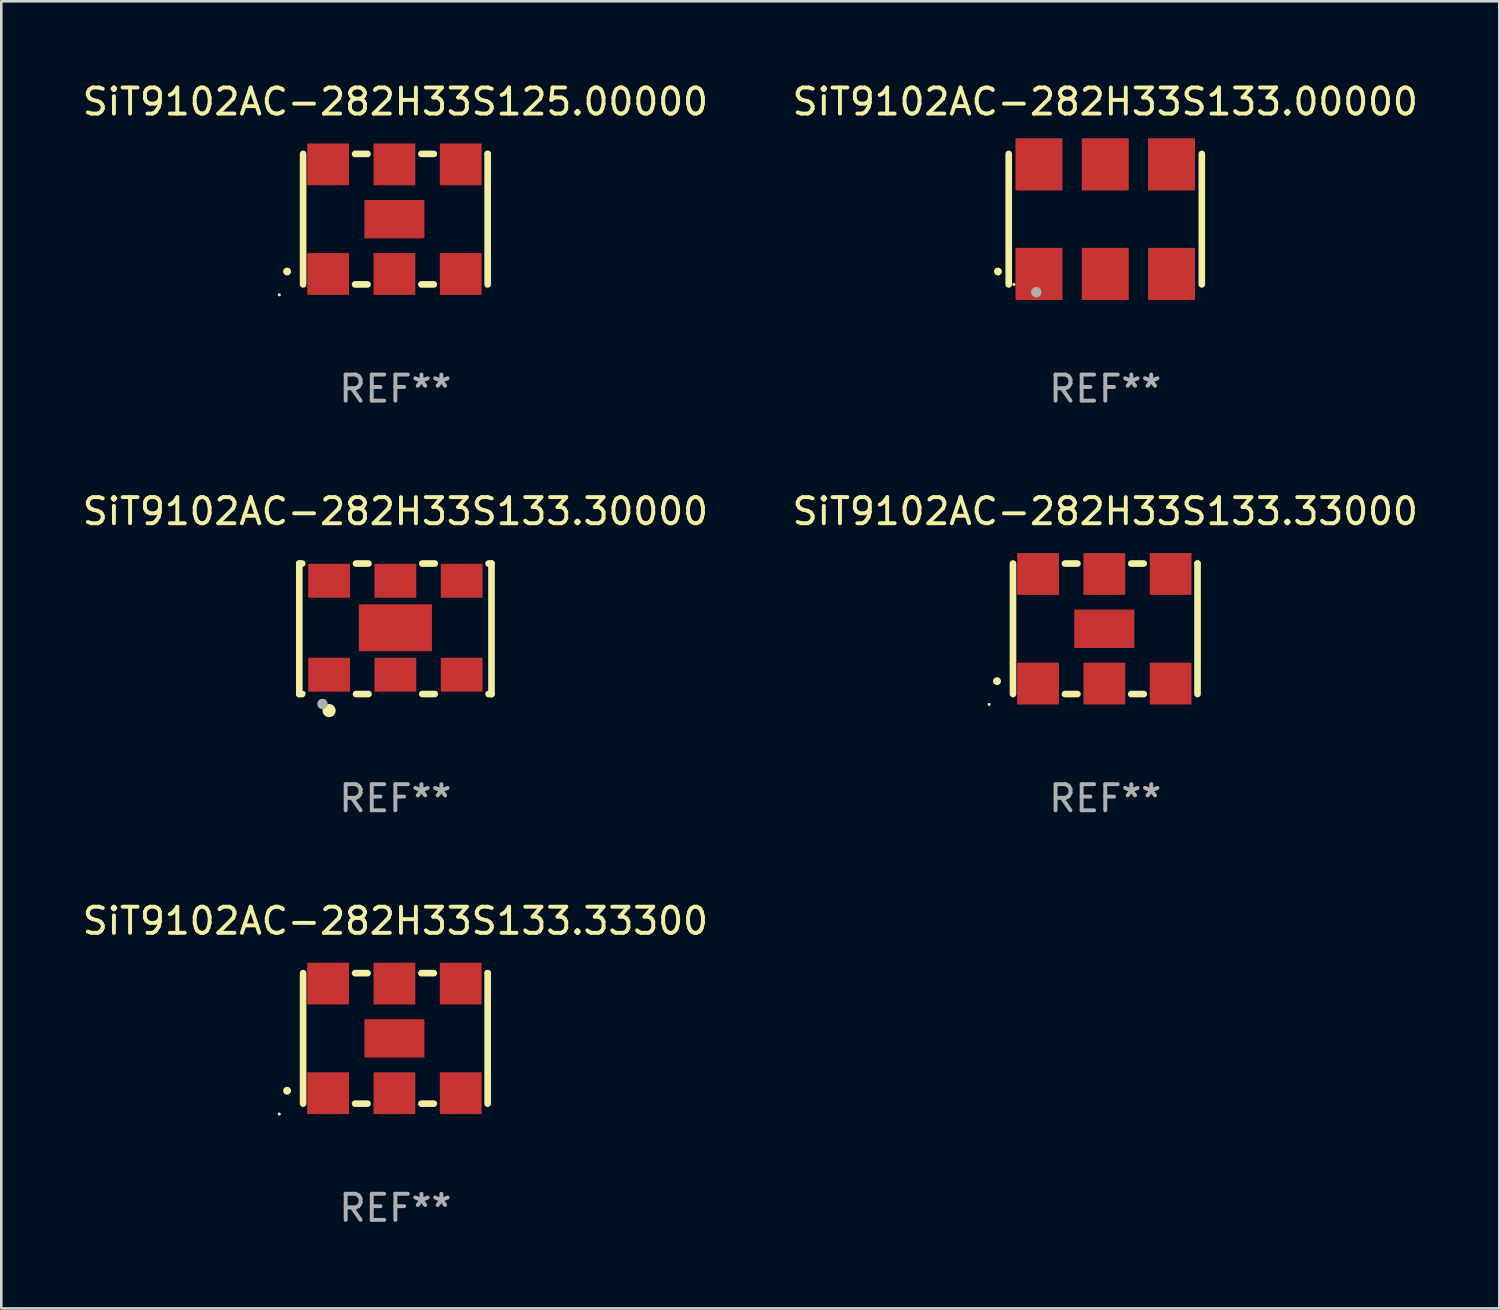
<source format=kicad_pcb>
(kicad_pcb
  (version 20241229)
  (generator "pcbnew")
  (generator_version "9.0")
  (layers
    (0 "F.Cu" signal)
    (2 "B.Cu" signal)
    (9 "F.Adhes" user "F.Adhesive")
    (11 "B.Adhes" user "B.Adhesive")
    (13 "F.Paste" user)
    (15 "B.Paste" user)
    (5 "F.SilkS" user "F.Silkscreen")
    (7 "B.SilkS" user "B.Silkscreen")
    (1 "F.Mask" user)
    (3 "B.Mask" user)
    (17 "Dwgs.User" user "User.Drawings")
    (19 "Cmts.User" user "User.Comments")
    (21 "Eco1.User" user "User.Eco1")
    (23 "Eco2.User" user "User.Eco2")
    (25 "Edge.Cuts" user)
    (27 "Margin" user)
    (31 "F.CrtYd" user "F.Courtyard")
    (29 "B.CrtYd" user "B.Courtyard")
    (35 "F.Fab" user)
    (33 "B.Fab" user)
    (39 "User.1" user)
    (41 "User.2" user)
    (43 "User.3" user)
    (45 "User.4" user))
  (footprint "SiT9102AC-282H33S133.33300"
    (layer "F.Cu")
    (at 12.101 36.741)
    (property "Reference" "SiT9102AC-282H33S133.33300" (at 0 -4.5 0) (layer "F.SilkS") (effects (font (size 1 1) (thickness 0.15))))
    (attr through_hole)
    (fp_line (start -3.536 -2.5) (end -3.536 2.5) (stroke (width 0.254) (type solid)) (layer "F.SilkS"))
    (fp_line (start -1.544 2.5) (end -1.067 2.5) (stroke (width 0.254) (type solid)) (layer "F.SilkS"))
    (fp_line (start -1.067 -2.5) (end -1.544 -2.5) (stroke (width 0.254) (type solid)) (layer "F.SilkS"))
    (fp_line (start 0.996 2.5) (end 1.473 2.5) (stroke (width 0.254) (type solid)) (layer "F.SilkS"))
    (fp_line (start 1.473 -2.5) (end 0.996 -2.5) (stroke (width 0.254) (type solid)) (layer "F.SilkS"))
    (fp_line (start 3.536 -2.5) (end 3.536 -2.5) (stroke (width 0.254) (type solid)) (layer "F.SilkS"))
    (fp_line (start 3.536 2.5) (end 3.536 -2.5) (stroke (width 0.254) (type solid)) (layer "F.SilkS"))
    (fp_arc (start -4.150432 2.006604) (mid -4.149162 2.006599) (end -4.147892 2.006604) (stroke (width 0.3) (type solid)) (layer "F.SilkS"))
    (fp_circle (center -4.449 2.9) (end -4.419 2.9) (stroke (width 0.06) (type solid)) (fill no) (layer "F.SilkS"))
    (fp_text user "REF**" (at 0 6.5 0) (layer "F.Fab") (effects (font (size 1 1) (thickness 0.15))))
    (pad "1" smd rect (at -2.576 2.1) (size 1.6 1.6) (layers "F.Cu" "F.Mask" "F.Paste"))
    (pad "2" smd rect (at -0.036 2.1) (size 1.6 1.6) (layers "F.Cu" "F.Mask" "F.Paste"))
    (pad "3" smd rect (at 2.504 2.1) (size 1.6 1.6) (layers "F.Cu" "F.Mask" "F.Paste"))
    (pad "4" smd rect (at 2.504 -2.1) (size 1.6 1.6) (layers "F.Cu" "F.Mask" "F.Paste"))
    (pad "5" smd rect (at -0.036 -2.1) (size 1.6 1.6) (layers "F.Cu" "F.Mask" "F.Paste"))
    (pad "6" smd rect (at -2.576 -2.1) (size 1.6 1.6) (layers "F.Cu" "F.Mask" "F.Paste"))
    (pad "7" smd rect (at -0.036 0) (size 2.3 1.47) (layers "F.Cu" "F.Mask" "F.Paste")))
  (footprint "SiT9102AC-282H33S133.00000"
    (layer "F.Cu")
    (at 39.304 5.348)
    (property "Reference" "SiT9102AC-282H33S133.00000" (at 0 -4.5 0) (layer "F.SilkS") (effects (font (size 1 1) (thickness 0.15))))
    (attr through_hole)
    (fp_line (start -3.7 -2.5) (end -3.7 2.5) (stroke (width 0.254) (type solid)) (layer "F.SilkS"))
    (fp_line (start 3.7 -2.5) (end 3.7 2.5) (stroke (width 0.254) (type solid)) (layer "F.SilkS"))
    (fp_arc (start -4.114415 2.006604) (mid -4.113145 2.006599) (end -4.111875 2.006604) (stroke (width 0.3) (type solid)) (layer "F.SilkS"))
    (fp_circle (center -3.5 2.501) (end -3.47 2.501) (stroke (width 0.06) (type solid)) (fill no) (layer "F.SilkS"))
    (fp_circle (center -2.641 2.799) (end -2.541 2.799) (stroke (width 0.2) (type solid)) (fill no) (layer "F.Fab"))
    (fp_text user "REF**" (at 0 6.5 0) (layer "F.Fab") (effects (font (size 1 1) (thickness 0.15))))
    (pad "1" smd rect (at -2.54 2.1) (size 1.8 2) (layers "F.Cu" "F.Mask" "F.Paste"))
    (pad "2" smd rect (at 0.000394 2.1) (size 1.8 2) (layers "F.Cu" "F.Mask" "F.Paste"))
    (pad "3" smd rect (at 2.54 2.1) (size 1.8 2) (layers "F.Cu" "F.Mask" "F.Paste"))
    (pad "4" smd rect (at 2.54 -2.1) (size 1.8 2) (layers "F.Cu" "F.Mask" "F.Paste"))
    (pad "5" smd rect (at 0.000394 -2.1) (size 1.8 2) (layers "F.Cu" "F.Mask" "F.Paste"))
    (pad "6" smd rect (at -2.54 -2.1) (size 1.8 2) (layers "F.Cu" "F.Mask" "F.Paste")))
  (footprint "SiT9102AC-282H33S125.00000"
    (layer "F.Cu")
    (at 12.101 5.348)
    (property "Reference" "SiT9102AC-282H33S125.00000" (at 0 -4.5 0) (layer "F.SilkS") (effects (font (size 1 1) (thickness 0.15))))
    (attr through_hole)
    (fp_line (start -3.536 -2.5) (end -3.536 2.5) (stroke (width 0.254) (type solid)) (layer "F.SilkS"))
    (fp_line (start -1.544 2.5) (end -1.067 2.5) (stroke (width 0.254) (type solid)) (layer "F.SilkS"))
    (fp_line (start -1.067 -2.5) (end -1.544 -2.5) (stroke (width 0.254) (type solid)) (layer "F.SilkS"))
    (fp_line (start 0.996 2.5) (end 1.473 2.5) (stroke (width 0.254) (type solid)) (layer "F.SilkS"))
    (fp_line (start 1.473 -2.5) (end 0.996 -2.5) (stroke (width 0.254) (type solid)) (layer "F.SilkS"))
    (fp_line (start 3.536 -2.5) (end 3.536 -2.5) (stroke (width 0.254) (type solid)) (layer "F.SilkS"))
    (fp_line (start 3.536 2.5) (end 3.536 -2.5) (stroke (width 0.254) (type solid)) (layer "F.SilkS"))
    (fp_arc (start -4.150432 2.006604) (mid -4.149162 2.006599) (end -4.147892 2.006604) (stroke (width 0.3) (type solid)) (layer "F.SilkS"))
    (fp_circle (center -4.449 2.9) (end -4.419 2.9) (stroke (width 0.06) (type solid)) (fill no) (layer "F.SilkS"))
    (fp_text user "REF**" (at 0 6.5 0) (layer "F.Fab") (effects (font (size 1 1) (thickness 0.15))))
    (pad "1" smd rect (at -2.576 2.1) (size 1.6 1.6) (layers "F.Cu" "F.Mask" "F.Paste"))
    (pad "2" smd rect (at -0.036 2.1) (size 1.6 1.6) (layers "F.Cu" "F.Mask" "F.Paste"))
    (pad "3" smd rect (at 2.504 2.1) (size 1.6 1.6) (layers "F.Cu" "F.Mask" "F.Paste"))
    (pad "4" smd rect (at 2.504 -2.1) (size 1.6 1.6) (layers "F.Cu" "F.Mask" "F.Paste"))
    (pad "5" smd rect (at -0.036 -2.1) (size 1.6 1.6) (layers "F.Cu" "F.Mask" "F.Paste"))
    (pad "6" smd rect (at -2.576 -2.1) (size 1.6 1.6) (layers "F.Cu" "F.Mask" "F.Paste"))
    (pad "7" smd rect (at -0.036 0) (size 2.3 1.47) (layers "F.Cu" "F.Mask" "F.Paste")))
  (footprint "SiT9102AC-282H33S133.30000"
    (layer "F.Cu")
    (at 12.101 21.045)
    (property "Reference" "SiT9102AC-282H33S133.30000" (at 0 -4.5 0) (layer "F.SilkS") (effects (font (size 1 1) (thickness 0.15))))
    (attr through_hole)
    (fp_line (start -3.683 -2.5) (end -3.571 -2.5) (stroke (width 0.254) (type solid)) (layer "F.SilkS"))
    (fp_line (start -3.683 2.5) (end -3.683 -2.5) (stroke (width 0.254) (type solid)) (layer "F.SilkS"))
    (fp_line (start -3.683 2.5) (end -3.571 2.5) (stroke (width 0.254) (type solid)) (layer "F.SilkS"))
    (fp_line (start -1.509 -2.5) (end -1.031 -2.5) (stroke (width 0.254) (type solid)) (layer "F.SilkS"))
    (fp_line (start -1.509 2.5) (end -1.031 2.5) (stroke (width 0.254) (type solid)) (layer "F.SilkS"))
    (fp_line (start 1.031 -2.5) (end 1.509 -2.5) (stroke (width 0.254) (type solid)) (layer "F.SilkS"))
    (fp_line (start 1.031 2.5) (end 1.509 2.5) (stroke (width 0.254) (type solid)) (layer "F.SilkS"))
    (fp_line (start 3.571 -2.5) (end 3.683 -2.5) (stroke (width 0.254) (type solid)) (layer "F.SilkS"))
    (fp_line (start 3.571 2.5) (end 3.683 2.5) (stroke (width 0.254) (type solid)) (layer "F.SilkS"))
    (fp_line (start 3.683 2.5) (end 3.683 -2.5) (stroke (width 0.254) (type solid)) (layer "F.SilkS"))
    (fp_circle (center -3.5 2.46) (end -3.47 2.46) (stroke (width 0.06) (type solid)) (fill no) (layer "F.SilkS"))
    (fp_circle (center -2.54 3.135) (end -2.413 3.135) (stroke (width 0.254) (type solid)) (fill no) (layer "F.SilkS"))
    (fp_circle (center -2.794 2.881) (end -2.694 2.881) (stroke (width 0.2) (type solid)) (fill no) (layer "F.Fab"))
    (fp_text user "REF**" (at 0 6.5 0) (layer "F.Fab") (effects (font (size 1 1) (thickness 0.15))))
    (pad "1" smd rect (at -2.54 1.76) (size 1.6 1.3) (layers "F.Cu" "F.Mask" "F.Paste"))
    (pad "2" smd rect (at 0 1.76) (size 1.6 1.3) (layers "F.Cu" "F.Mask" "F.Paste"))
    (pad "3" smd rect (at 2.54 1.76) (size 1.6 1.3) (layers "F.Cu" "F.Mask" "F.Paste"))
    (pad "4" smd rect (at 2.54 -1.84) (size 1.6 1.3) (layers "F.Cu" "F.Mask" "F.Paste"))
    (pad "5" smd rect (at 0 -1.84) (size 1.6 1.3) (layers "F.Cu" "F.Mask" "F.Paste"))
    (pad "6" smd rect (at -2.54 -1.84) (size 1.6 1.3) (layers "F.Cu" "F.Mask" "F.Paste"))
    (pad "7" smd rect (at 0 -0.04) (size 2.8 1.8) (layers "F.Cu" "F.Mask" "F.Paste")))
  (footprint "SiT9102AC-282H33S133.33000"
    (layer "F.Cu")
    (at 39.304 21.045)
    (property "Reference" "SiT9102AC-282H33S133.33000" (at 0 -4.5 0) (layer "F.SilkS") (effects (font (size 1 1) (thickness 0.15))))
    (attr through_hole)
    (fp_line (start -3.536 -2.5) (end -3.536 2.5) (stroke (width 0.254) (type solid)) (layer "F.SilkS"))
    (fp_line (start -1.544 2.5) (end -1.067 2.5) (stroke (width 0.254) (type solid)) (layer "F.SilkS"))
    (fp_line (start -1.067 -2.5) (end -1.544 -2.5) (stroke (width 0.254) (type solid)) (layer "F.SilkS"))
    (fp_line (start 0.996 2.5) (end 1.473 2.5) (stroke (width 0.254) (type solid)) (layer "F.SilkS"))
    (fp_line (start 1.473 -2.5) (end 0.996 -2.5) (stroke (width 0.254) (type solid)) (layer "F.SilkS"))
    (fp_line (start 3.536 -2.5) (end 3.536 -2.5) (stroke (width 0.254) (type solid)) (layer "F.SilkS"))
    (fp_line (start 3.536 2.5) (end 3.536 -2.5) (stroke (width 0.254) (type solid)) (layer "F.SilkS"))
    (fp_arc (start -4.150432 2.006604) (mid -4.149162 2.006599) (end -4.147892 2.006604) (stroke (width 0.3) (type solid)) (layer "F.SilkS"))
    (fp_circle (center -4.449 2.9) (end -4.419 2.9) (stroke (width 0.06) (type solid)) (fill no) (layer "F.SilkS"))
    (fp_text user "REF**" (at 0 6.5 0) (layer "F.Fab") (effects (font (size 1 1) (thickness 0.15))))
    (pad "1" smd rect (at -2.576 2.1) (size 1.6 1.6) (layers "F.Cu" "F.Mask" "F.Paste"))
    (pad "2" smd rect (at -0.036 2.1) (size 1.6 1.6) (layers "F.Cu" "F.Mask" "F.Paste"))
    (pad "3" smd rect (at 2.504 2.1) (size 1.6 1.6) (layers "F.Cu" "F.Mask" "F.Paste"))
    (pad "4" smd rect (at 2.504 -2.1) (size 1.6 1.6) (layers "F.Cu" "F.Mask" "F.Paste"))
    (pad "5" smd rect (at -0.036 -2.1) (size 1.6 1.6) (layers "F.Cu" "F.Mask" "F.Paste"))
    (pad "6" smd rect (at -2.576 -2.1) (size 1.6 1.6) (layers "F.Cu" "F.Mask" "F.Paste"))
    (pad "7" smd rect (at -0.036 0) (size 2.3 1.47) (layers "F.Cu" "F.Mask" "F.Paste")))
  (gr_rect
    (start -3 -3)
    (end 54.405 47.09)
    (stroke (width 0.1) (type default))
    (fill no)
    (layer "Edge.Cuts")))
</source>
